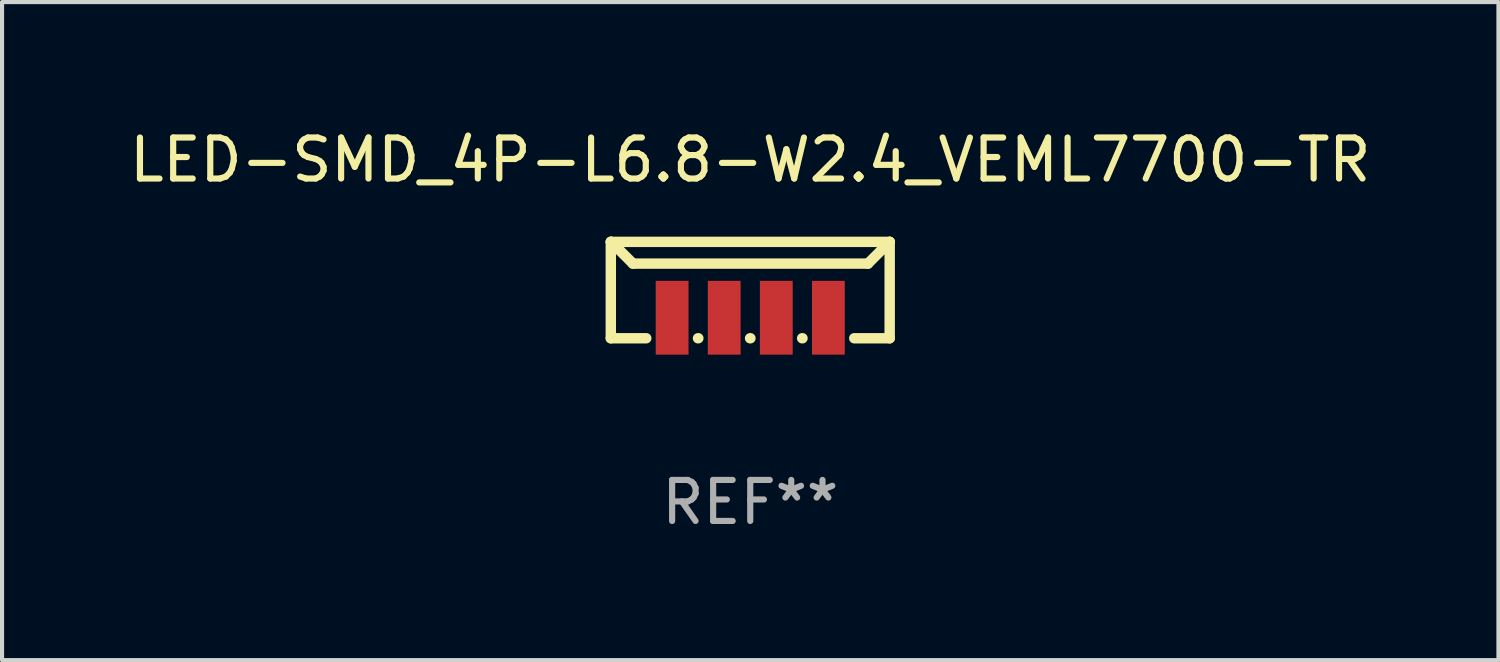
<source format=kicad_pcb>
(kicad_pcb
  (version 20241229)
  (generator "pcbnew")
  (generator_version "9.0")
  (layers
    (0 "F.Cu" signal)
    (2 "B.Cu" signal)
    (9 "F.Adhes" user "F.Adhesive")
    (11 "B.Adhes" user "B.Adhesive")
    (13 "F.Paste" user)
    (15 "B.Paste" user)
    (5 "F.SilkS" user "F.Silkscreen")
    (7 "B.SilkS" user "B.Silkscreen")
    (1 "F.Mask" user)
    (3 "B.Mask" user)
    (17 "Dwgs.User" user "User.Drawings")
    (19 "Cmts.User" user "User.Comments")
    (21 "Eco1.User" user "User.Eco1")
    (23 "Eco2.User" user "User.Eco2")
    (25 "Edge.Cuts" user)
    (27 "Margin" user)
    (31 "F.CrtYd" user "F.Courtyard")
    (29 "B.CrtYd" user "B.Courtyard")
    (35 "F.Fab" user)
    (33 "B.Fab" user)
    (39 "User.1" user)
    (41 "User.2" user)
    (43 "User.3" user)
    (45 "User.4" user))
  (footprint "LED-SMD_4P-L6.8-W2.4_VEML7700-TR"
    (layer "F.Cu")
    (at 15.244 4.698)
    (property "Reference" "LED-SMD_4P-L6.8-W2.4_VEML7700-TR" (at 0 -3.85 0) (layer "F.SilkS") (effects (font (size 1 1) (thickness 0.15))))
    (attr smd)
    (fp_line (start -3.4 -1.85) (end -3.39 -1.85) (stroke (width 0.254) (type solid)) (layer "F.SilkS"))
    (fp_line (start -3.4 -1.85) (end 3.4 -1.85) (stroke (width 0.254) (type solid)) (layer "F.SilkS"))
    (fp_line (start -3.4 0.5) (end -3.4 -1.85) (stroke (width 0.254) (type solid)) (layer "F.SilkS"))
    (fp_line (start -3.39 -1.85) (end -2.86 -1.32) (stroke (width 0.254) (type solid)) (layer "F.SilkS"))
    (fp_line (start -2.86 -1.32) (end 2.87 -1.32) (stroke (width 0.254) (type solid)) (layer "F.SilkS"))
    (fp_line (start -2.536 0.5) (end -3.4 0.5) (stroke (width 0.254) (type solid)) (layer "F.SilkS"))
    (fp_line (start -1.266 0.5) (end -1.274 0.5) (stroke (width 0.254) (type solid)) (layer "F.SilkS"))
    (fp_line (start 0.004 0.5) (end -0.004 0.5) (stroke (width 0.254) (type solid)) (layer "F.SilkS"))
    (fp_line (start 1.274 0.5) (end 1.266 0.5) (stroke (width 0.254) (type solid)) (layer "F.SilkS"))
    (fp_line (start 2.87 -1.32) (end 3.4 -1.85) (stroke (width 0.254) (type solid)) (layer "F.SilkS"))
    (fp_line (start 3.4 -1.85) (end 3.4 0.5) (stroke (width 0.254) (type solid)) (layer "F.SilkS"))
    (fp_line (start 3.4 0.5) (end 2.536 0.5) (stroke (width 0.254) (type solid)) (layer "F.SilkS"))
    (fp_circle (center -3.4 0.5) (end -3.37 0.5) (stroke (width 0.06) (type solid)) (fill no) (layer "F.SilkS"))
    (fp_text user "REF**" (at 0 4.5 0) (layer "F.Fab") (effects (font (size 1 1) (thickness 0.15))))
    (pad "1" smd rect (at 1.905 0) (size 0.8 1.8) (layers "F.Cu" "F.Mask" "F.Paste"))
    (pad "2" smd rect (at 0.635 0) (size 0.8 1.8) (layers "F.Cu" "F.Mask" "F.Paste"))
    (pad "3" smd rect (at -0.635 0) (size 0.8 1.8) (layers "F.Cu" "F.Mask" "F.Paste"))
    (pad "4" smd rect (at -1.905 0) (size 0.8 1.8) (layers "F.Cu" "F.Mask" "F.Paste")))
  (gr_rect
    (start -3 -3)
    (end 33.488 13.046)
    (stroke (width 0.1) (type default))
    (fill no)
    (layer "Edge.Cuts")))
</source>
